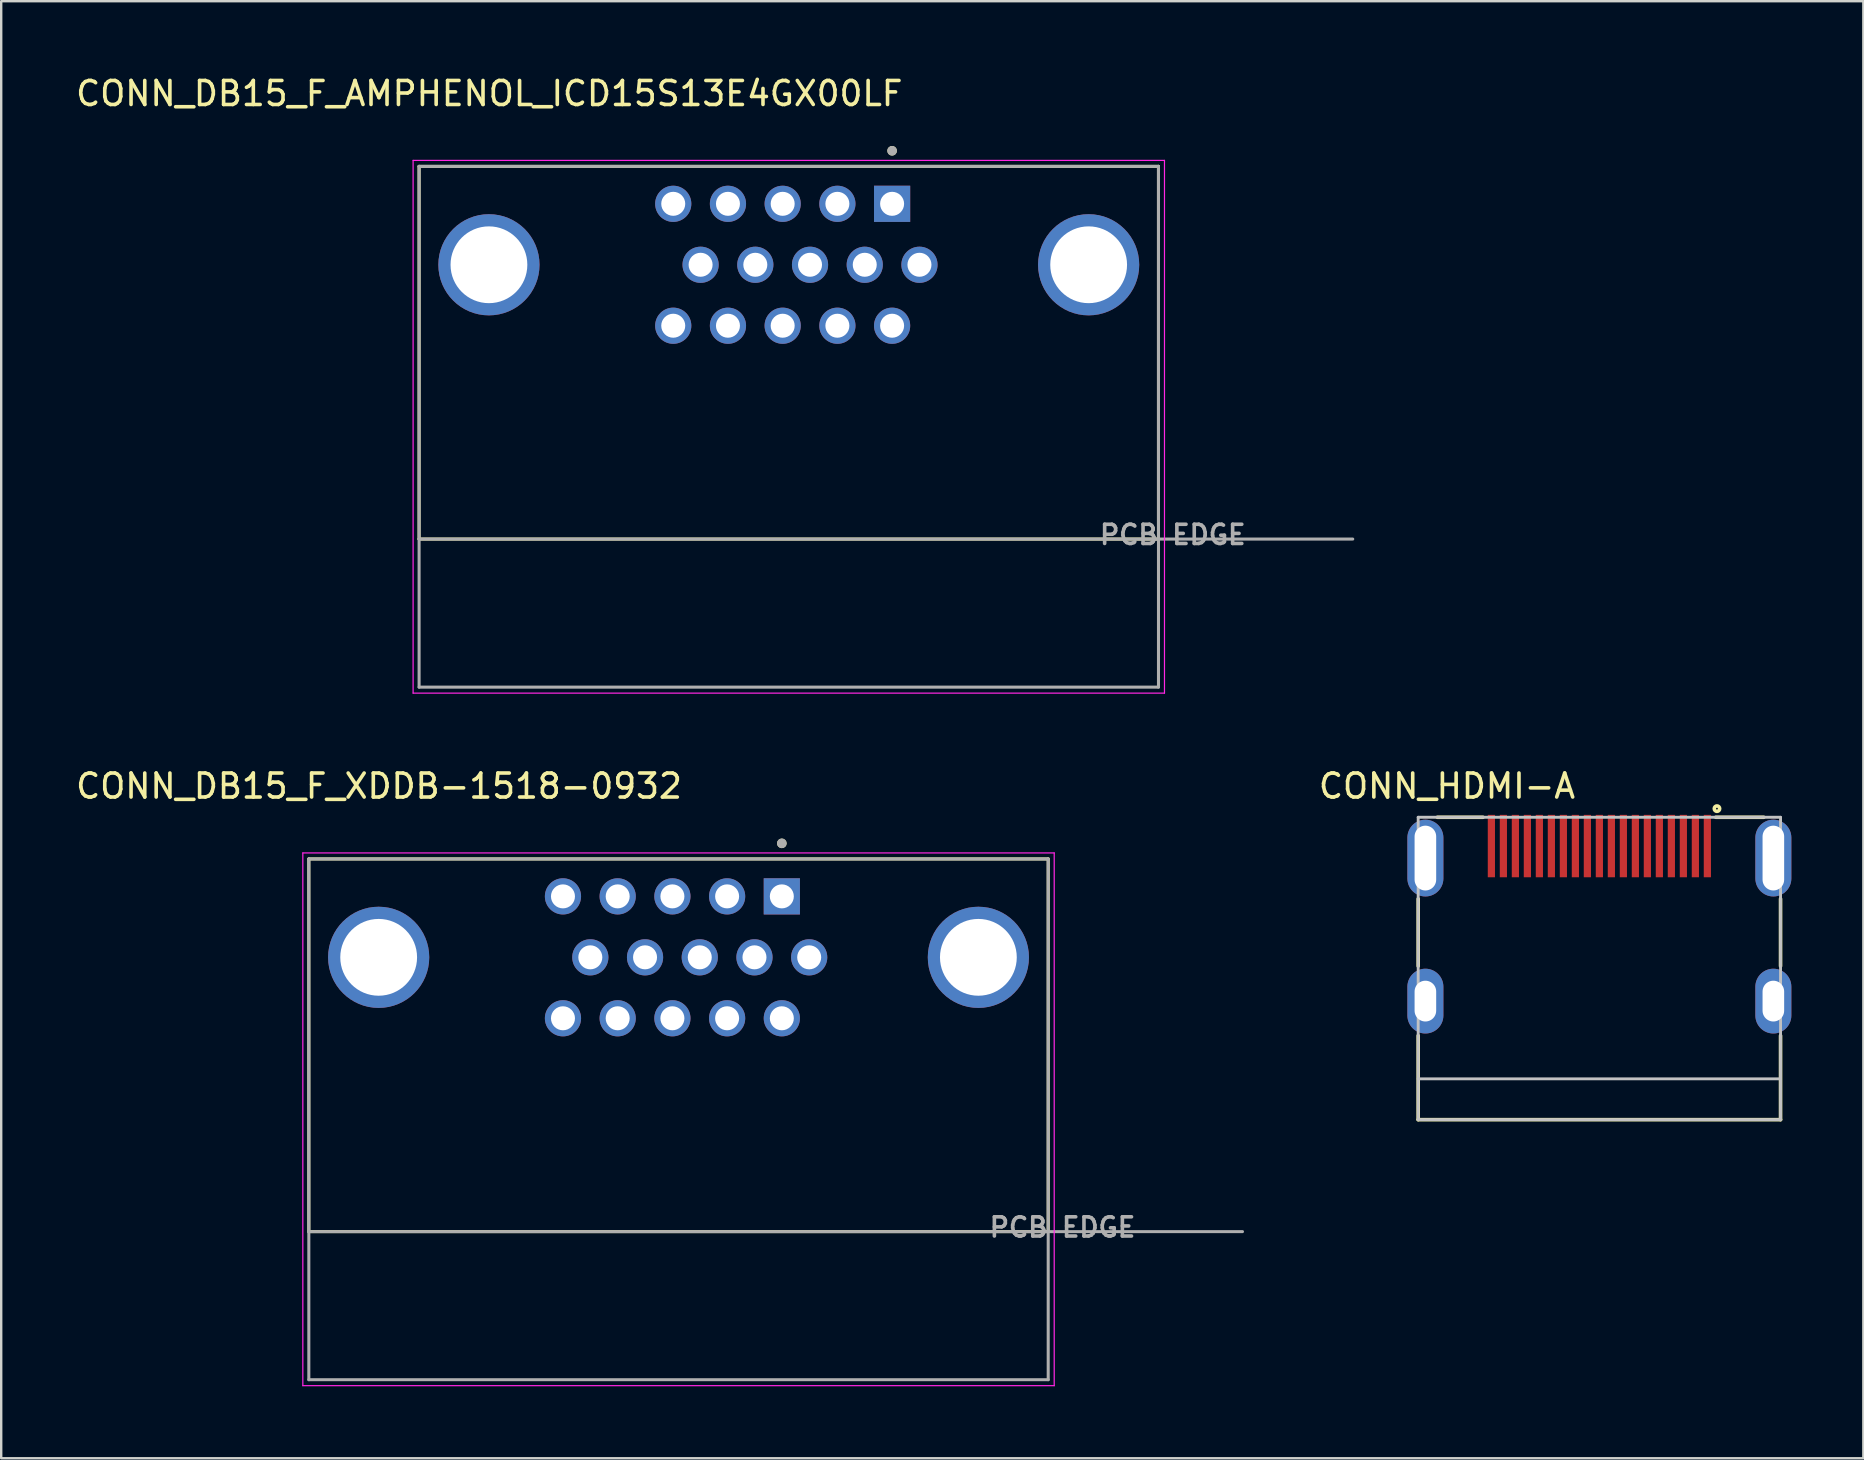
<source format=kicad_pcb>
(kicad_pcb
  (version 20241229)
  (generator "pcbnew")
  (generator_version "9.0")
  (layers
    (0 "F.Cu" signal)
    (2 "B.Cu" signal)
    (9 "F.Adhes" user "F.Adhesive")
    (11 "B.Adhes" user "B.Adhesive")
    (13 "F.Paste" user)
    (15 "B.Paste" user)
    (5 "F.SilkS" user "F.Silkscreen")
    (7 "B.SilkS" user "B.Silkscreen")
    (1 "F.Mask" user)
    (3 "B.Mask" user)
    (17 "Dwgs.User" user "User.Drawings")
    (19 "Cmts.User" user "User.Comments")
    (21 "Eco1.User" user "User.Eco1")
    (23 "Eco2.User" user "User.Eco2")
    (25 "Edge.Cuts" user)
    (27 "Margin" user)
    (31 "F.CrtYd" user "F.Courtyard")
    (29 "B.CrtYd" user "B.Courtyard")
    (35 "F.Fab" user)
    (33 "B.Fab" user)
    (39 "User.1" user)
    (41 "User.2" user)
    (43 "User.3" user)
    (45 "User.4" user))
  (footprint "CONN_DB15_F_AMPHENOL_ICD15S13E4GX00LF"
    (layer "F.Cu")
    (at 29.819 7.983)
    (property "Reference" "CONN_DB15_F_AMPHENOL_ICD15S13E4GX00LF" (at -12.48 -7.135 0) (layer "F.SilkS") (effects (font (size 1 1) (thickness 0.15))))
    (attr through_hole)
    (fp_line (start -15.405 -4.1) (end 15.405 -4.1) (stroke (width 0.127) (type solid)) (layer "F.SilkS"))
    (fp_line (start -15.405 11.43) (end -15.405 -4.1) (stroke (width 0.127) (type solid)) (layer "F.SilkS"))
    (fp_line (start 15.405 -4.1) (end 15.405 11.43) (stroke (width 0.127) (type solid)) (layer "F.SilkS"))
    (fp_line (start 15.405 11.43) (end -15.405 11.43) (stroke (width 0.127) (type solid)) (layer "F.SilkS"))
    (fp_circle (center 4.305 -4.75) (end 4.405 -4.75) (stroke (width 0.2) (type solid)) (fill no) (layer "F.SilkS"))
    (fp_line (start -15.655 -4.35) (end -15.655 17.85) (stroke (width 0.05) (type solid)) (layer "F.CrtYd"))
    (fp_line (start -15.655 17.85) (end 15.655 17.85) (stroke (width 0.05) (type solid)) (layer "F.CrtYd"))
    (fp_line (start 15.655 -4.35) (end -15.655 -4.35) (stroke (width 0.05) (type solid)) (layer "F.CrtYd"))
    (fp_line (start 15.655 17.85) (end 15.655 -4.35) (stroke (width 0.05) (type solid)) (layer "F.CrtYd"))
    (fp_line (start -15.405 -4.1) (end 15.405 -4.1) (stroke (width 0.127) (type solid)) (layer "F.Fab"))
    (fp_line (start -15.405 11.43) (end -15.405 -4.1) (stroke (width 0.127) (type solid)) (layer "F.Fab"))
    (fp_line (start -15.405 17.6) (end -15.405 11.43) (stroke (width 0.127) (type solid)) (layer "F.Fab"))
    (fp_line (start 15.405 -4.1) (end 15.405 17.6) (stroke (width 0.127) (type solid)) (layer "F.Fab"))
    (fp_line (start 15.405 17.6) (end -15.405 17.6) (stroke (width 0.127) (type solid)) (layer "F.Fab"))
    (fp_line (start 23.5 11.43) (end -15.405 11.43) (stroke (width 0.127) (type solid)) (layer "F.Fab"))
    (fp_circle (center 4.305 -4.75) (end 4.405 -4.75) (stroke (width 0.2) (type solid)) (fill no) (layer "F.Fab"))
    (fp_text user "PCB EDGE" (at 16 11.25 0) (layer "F.Fab") (effects (font (size 0.8 0.8) (thickness 0.15))))
    (pad "1" thru_hole rect (at 4.305 -2.54) (size 1.508 1.508) (drill 1) (layers "*.Cu" "*.Mask"))
    (pad "2" thru_hole circle (at 2.025 -2.54) (size 1.508 1.508) (drill 1) (layers "*.Cu" "*.Mask"))
    (pad "3" thru_hole circle (at -0.255 -2.54) (size 1.508 1.508) (drill 1) (layers "*.Cu" "*.Mask"))
    (pad "4" thru_hole circle (at -2.535 -2.54) (size 1.508 1.508) (drill 1) (layers "*.Cu" "*.Mask"))
    (pad "5" thru_hole circle (at -4.815 -2.54) (size 1.508 1.508) (drill 1) (layers "*.Cu" "*.Mask"))
    (pad "6" thru_hole circle (at 5.445 0) (size 1.508 1.508) (drill 1) (layers "*.Cu" "*.Mask"))
    (pad "7" thru_hole circle (at 3.165 0) (size 1.508 1.508) (drill 1) (layers "*.Cu" "*.Mask"))
    (pad "8" thru_hole circle (at 0.885 0) (size 1.508 1.508) (drill 1) (layers "*.Cu" "*.Mask"))
    (pad "9" thru_hole circle (at -1.395 0) (size 1.508 1.508) (drill 1) (layers "*.Cu" "*.Mask"))
    (pad "10" thru_hole circle (at -3.675 0) (size 1.508 1.508) (drill 1) (layers "*.Cu" "*.Mask"))
    (pad "11" thru_hole circle (at 4.305 2.54) (size 1.508 1.508) (drill 1) (layers "*.Cu" "*.Mask"))
    (pad "12" thru_hole circle (at 2.025 2.54) (size 1.508 1.508) (drill 1) (layers "*.Cu" "*.Mask"))
    (pad "13" thru_hole circle (at -0.255 2.54) (size 1.508 1.508) (drill 1) (layers "*.Cu" "*.Mask"))
    (pad "14" thru_hole circle (at -2.535 2.54) (size 1.508 1.508) (drill 1) (layers "*.Cu" "*.Mask"))
    (pad "15" thru_hole circle (at -4.815 2.54) (size 1.508 1.508) (drill 1) (layers "*.Cu" "*.Mask"))
    (pad "S1" thru_hole circle (at -12.495 0) (size 4.216 4.216) (drill 3.2) (layers "*.Cu" "*.Mask"))
    (pad "S2" thru_hole circle (at 12.495 0) (size 4.216 4.216) (drill 3.2) (layers "*.Cu" "*.Mask")))
  (footprint "CONN_HDMI-A"
    (layer "F.Cu")
    (at 56.346 32.706)
    (property "Reference" "CONN_HDMI-A" (at 0.9 -3 0) (layer "F.SilkS") (effects (font (size 1 1) (thickness 0.15))))
    (attr through_hole)
    (fp_line (start -0.3 1.7) (end -0.3 4.5) (stroke (width 0.15) (type solid)) (layer "F.SilkS"))
    (fp_line (start -0.3 7.4) (end -0.3 10.9) (stroke (width 0.15) (type solid)) (layer "F.SilkS"))
    (fp_line (start -0.3 10.9) (end 14.8 10.9) (stroke (width 0.15) (type solid)) (layer "F.SilkS"))
    (fp_line (start 0.5 -1.7) (end 2.4 -1.7) (stroke (width 0.15) (type solid)) (layer "F.SilkS"))
    (fp_line (start 12.1 -1.7) (end 14.1 -1.7) (stroke (width 0.15) (type solid)) (layer "F.SilkS"))
    (fp_line (start 14.8 1.7) (end 14.8 4.5) (stroke (width 0.15) (type solid)) (layer "F.SilkS"))
    (fp_line (start 14.8 10.9) (end 14.8 7.4) (stroke (width 0.15) (type solid)) (layer "F.SilkS"))
    (fp_circle (center 12.15 -2.06) (end 12.23 -1.98) (stroke (width 0.15) (type solid)) (fill no) (layer "F.SilkS"))
    (fp_line (start -0.3 -1.7) (end 14.8 -1.7) (stroke (width 0.12) (type solid)) (layer "Dwgs.User"))
    (fp_line (start -0.3 10.9) (end -0.3 -1.7) (stroke (width 0.12) (type solid)) (layer "Dwgs.User"))
    (fp_line (start 14.8 -1.7) (end 14.8 10.9) (stroke (width 0.12) (type solid)) (layer "Dwgs.User"))
    (fp_line (start 14.8 9.2) (end -0.3 9.2) (stroke (width 0.12) (type solid)) (layer "Dwgs.User"))
    (fp_line (start 14.8 10.9) (end -0.3 10.9) (stroke (width 0.12) (type solid)) (layer "Dwgs.User"))
    (pad "1" smd rect (at 11.75 -0.5) (size 0.3 2.6) (layers "F.Cu" "F.Mask" "F.Paste"))
    (pad "2" smd rect (at 11.25 -0.5) (size 0.3 2.6) (layers "F.Cu" "F.Mask" "F.Paste"))
    (pad "3" smd rect (at 10.75 -0.5) (size 0.3 2.6) (layers "F.Cu" "F.Mask" "F.Paste"))
    (pad "4" smd rect (at 10.25 -0.5) (size 0.3 2.6) (layers "F.Cu" "F.Mask" "F.Paste"))
    (pad "5" smd rect (at 9.75 -0.5) (size 0.3 2.6) (layers "F.Cu" "F.Mask" "F.Paste"))
    (pad "6" smd rect (at 9.25 -0.5) (size 0.3 2.6) (layers "F.Cu" "F.Mask" "F.Paste"))
    (pad "7" smd rect (at 8.75 -0.5) (size 0.3 2.6) (layers "F.Cu" "F.Mask" "F.Paste"))
    (pad "8" smd rect (at 8.25 -0.5) (size 0.3 2.6) (layers "F.Cu" "F.Mask" "F.Paste"))
    (pad "9" smd rect (at 7.75 -0.5) (size 0.3 2.6) (layers "F.Cu" "F.Mask" "F.Paste"))
    (pad "10" smd rect (at 7.25 -0.5) (size 0.3 2.6) (layers "F.Cu" "F.Mask" "F.Paste"))
    (pad "11" smd rect (at 6.75 -0.5) (size 0.3 2.6) (layers "F.Cu" "F.Mask" "F.Paste"))
    (pad "12" smd rect (at 6.25 -0.5) (size 0.3 2.6) (layers "F.Cu" "F.Mask" "F.Paste"))
    (pad "13" smd rect (at 5.75 -0.5) (size 0.3 2.6) (layers "F.Cu" "F.Mask" "F.Paste"))
    (pad "14" smd rect (at 5.25 -0.5) (size 0.3 2.6) (layers "F.Cu" "F.Mask" "F.Paste"))
    (pad "15" smd rect (at 4.75 -0.5) (size 0.3 2.6) (layers "F.Cu" "F.Mask" "F.Paste"))
    (pad "16" smd rect (at 4.25 -0.5) (size 0.3 2.6) (layers "F.Cu" "F.Mask" "F.Paste"))
    (pad "17" smd rect (at 3.75 -0.5) (size 0.3 2.6) (layers "F.Cu" "F.Mask" "F.Paste"))
    (pad "18" smd rect (at 3.25 -0.5) (size 0.3 2.6) (layers "F.Cu" "F.Mask" "F.Paste"))
    (pad "19" smd rect (at 2.75 -0.5) (size 0.3 2.6) (layers "F.Cu" "F.Mask" "F.Paste"))
    (pad "SH" thru_hole oval (at 0 0) (size 1.5 3.2) (drill oval 0.9 2.7) (layers "*.Cu" "*.Mask"))
    (pad "SH" thru_hole oval (at 0 5.96) (size 1.5 2.7) (drill oval 0.9 1.7) (layers "*.Cu" "*.Mask"))
    (pad "SH" thru_hole oval (at 14.5 0) (size 1.5 3.2) (drill oval 0.9 2.7) (layers "*.Cu" "*.Mask"))
    (pad "SH" thru_hole oval (at 14.5 5.96) (size 1.5 2.7) (drill oval 0.9 1.7) (layers "*.Cu" "*.Mask")))
  (footprint "CONN_DB15_F_XDDB-1518-0932"
    (layer "F.Cu")
    (at 25.224 36.842)
    (property "Reference" "CONN_DB15_F_XDDB-1518-0932" (at -12.48 -7.135 0) (layer "F.SilkS") (effects (font (size 1 1) (thickness 0.15))))
    (attr through_hole)
    (fp_line (start -15.405 -4.1) (end 15.405 -4.1) (stroke (width 0.127) (type solid)) (layer "F.SilkS"))
    (fp_line (start -15.405 11.43) (end -15.405 -4.1) (stroke (width 0.127) (type solid)) (layer "F.SilkS"))
    (fp_line (start 15.405 -4.1) (end 15.405 11.43) (stroke (width 0.127) (type solid)) (layer "F.SilkS"))
    (fp_line (start 15.405 11.43) (end -15.405 11.43) (stroke (width 0.127) (type solid)) (layer "F.SilkS"))
    (fp_circle (center 4.305 -4.75) (end 4.405 -4.75) (stroke (width 0.2) (type solid)) (fill no) (layer "F.SilkS"))
    (fp_line (start -15.655 -4.35) (end -15.655 17.85) (stroke (width 0.05) (type solid)) (layer "F.CrtYd"))
    (fp_line (start -15.655 17.85) (end 15.655 17.85) (stroke (width 0.05) (type solid)) (layer "F.CrtYd"))
    (fp_line (start 15.655 -4.35) (end -15.655 -4.35) (stroke (width 0.05) (type solid)) (layer "F.CrtYd"))
    (fp_line (start 15.655 17.85) (end 15.655 -4.35) (stroke (width 0.05) (type solid)) (layer "F.CrtYd"))
    (fp_line (start -15.405 -4.1) (end 15.405 -4.1) (stroke (width 0.127) (type solid)) (layer "F.Fab"))
    (fp_line (start -15.405 11.43) (end -15.405 -4.1) (stroke (width 0.127) (type solid)) (layer "F.Fab"))
    (fp_line (start -15.405 17.6) (end -15.405 11.43) (stroke (width 0.127) (type solid)) (layer "F.Fab"))
    (fp_line (start 15.405 -4.1) (end 15.405 17.6) (stroke (width 0.127) (type solid)) (layer "F.Fab"))
    (fp_line (start 15.405 17.6) (end -15.405 17.6) (stroke (width 0.127) (type solid)) (layer "F.Fab"))
    (fp_line (start 23.5 11.43) (end -15.405 11.43) (stroke (width 0.127) (type solid)) (layer "F.Fab"))
    (fp_circle (center 4.305 -4.75) (end 4.405 -4.75) (stroke (width 0.2) (type solid)) (fill no) (layer "F.Fab"))
    (fp_text user "PCB EDGE" (at 16 11.25 0) (layer "F.Fab") (effects (font (size 0.8 0.8) (thickness 0.15))))
    (pad "1" thru_hole rect (at 4.305 -2.54) (size 1.508 1.508) (drill 1) (layers "*.Cu" "*.Mask"))
    (pad "2" thru_hole circle (at 2.025 -2.54) (size 1.508 1.508) (drill 1) (layers "*.Cu" "*.Mask"))
    (pad "3" thru_hole circle (at -0.255 -2.54) (size 1.508 1.508) (drill 1) (layers "*.Cu" "*.Mask"))
    (pad "4" thru_hole circle (at -2.535 -2.54) (size 1.508 1.508) (drill 1) (layers "*.Cu" "*.Mask"))
    (pad "5" thru_hole circle (at -4.815 -2.54) (size 1.508 1.508) (drill 1) (layers "*.Cu" "*.Mask"))
    (pad "6" thru_hole circle (at 5.445 0) (size 1.508 1.508) (drill 1) (layers "*.Cu" "*.Mask"))
    (pad "7" thru_hole circle (at 3.165 0) (size 1.508 1.508) (drill 1) (layers "*.Cu" "*.Mask"))
    (pad "8" thru_hole circle (at 0.885 0) (size 1.508 1.508) (drill 1) (layers "*.Cu" "*.Mask"))
    (pad "9" thru_hole circle (at -1.395 0) (size 1.508 1.508) (drill 1) (layers "*.Cu" "*.Mask"))
    (pad "10" thru_hole circle (at -3.675 0) (size 1.508 1.508) (drill 1) (layers "*.Cu" "*.Mask"))
    (pad "11" thru_hole circle (at 4.305 2.54) (size 1.508 1.508) (drill 1) (layers "*.Cu" "*.Mask"))
    (pad "12" thru_hole circle (at 2.025 2.54) (size 1.508 1.508) (drill 1) (layers "*.Cu" "*.Mask"))
    (pad "13" thru_hole circle (at -0.255 2.54) (size 1.508 1.508) (drill 1) (layers "*.Cu" "*.Mask"))
    (pad "14" thru_hole circle (at -2.535 2.54) (size 1.508 1.508) (drill 1) (layers "*.Cu" "*.Mask"))
    (pad "15" thru_hole circle (at -4.815 2.54) (size 1.508 1.508) (drill 1) (layers "*.Cu" "*.Mask"))
    (pad "S1" thru_hole circle (at -12.495 0) (size 4.216 4.216) (drill 3.2) (layers "*.Cu" "*.Mask"))
    (pad "S2" thru_hole circle (at 12.495 0) (size 4.216 4.216) (drill 3.2) (layers "*.Cu" "*.Mask")))
  (gr_rect
    (start -3 -3)
    (end 74.596 57.717)
    (stroke (width 0.1) (type default))
    (fill no)
    (layer "Edge.Cuts")))
</source>
